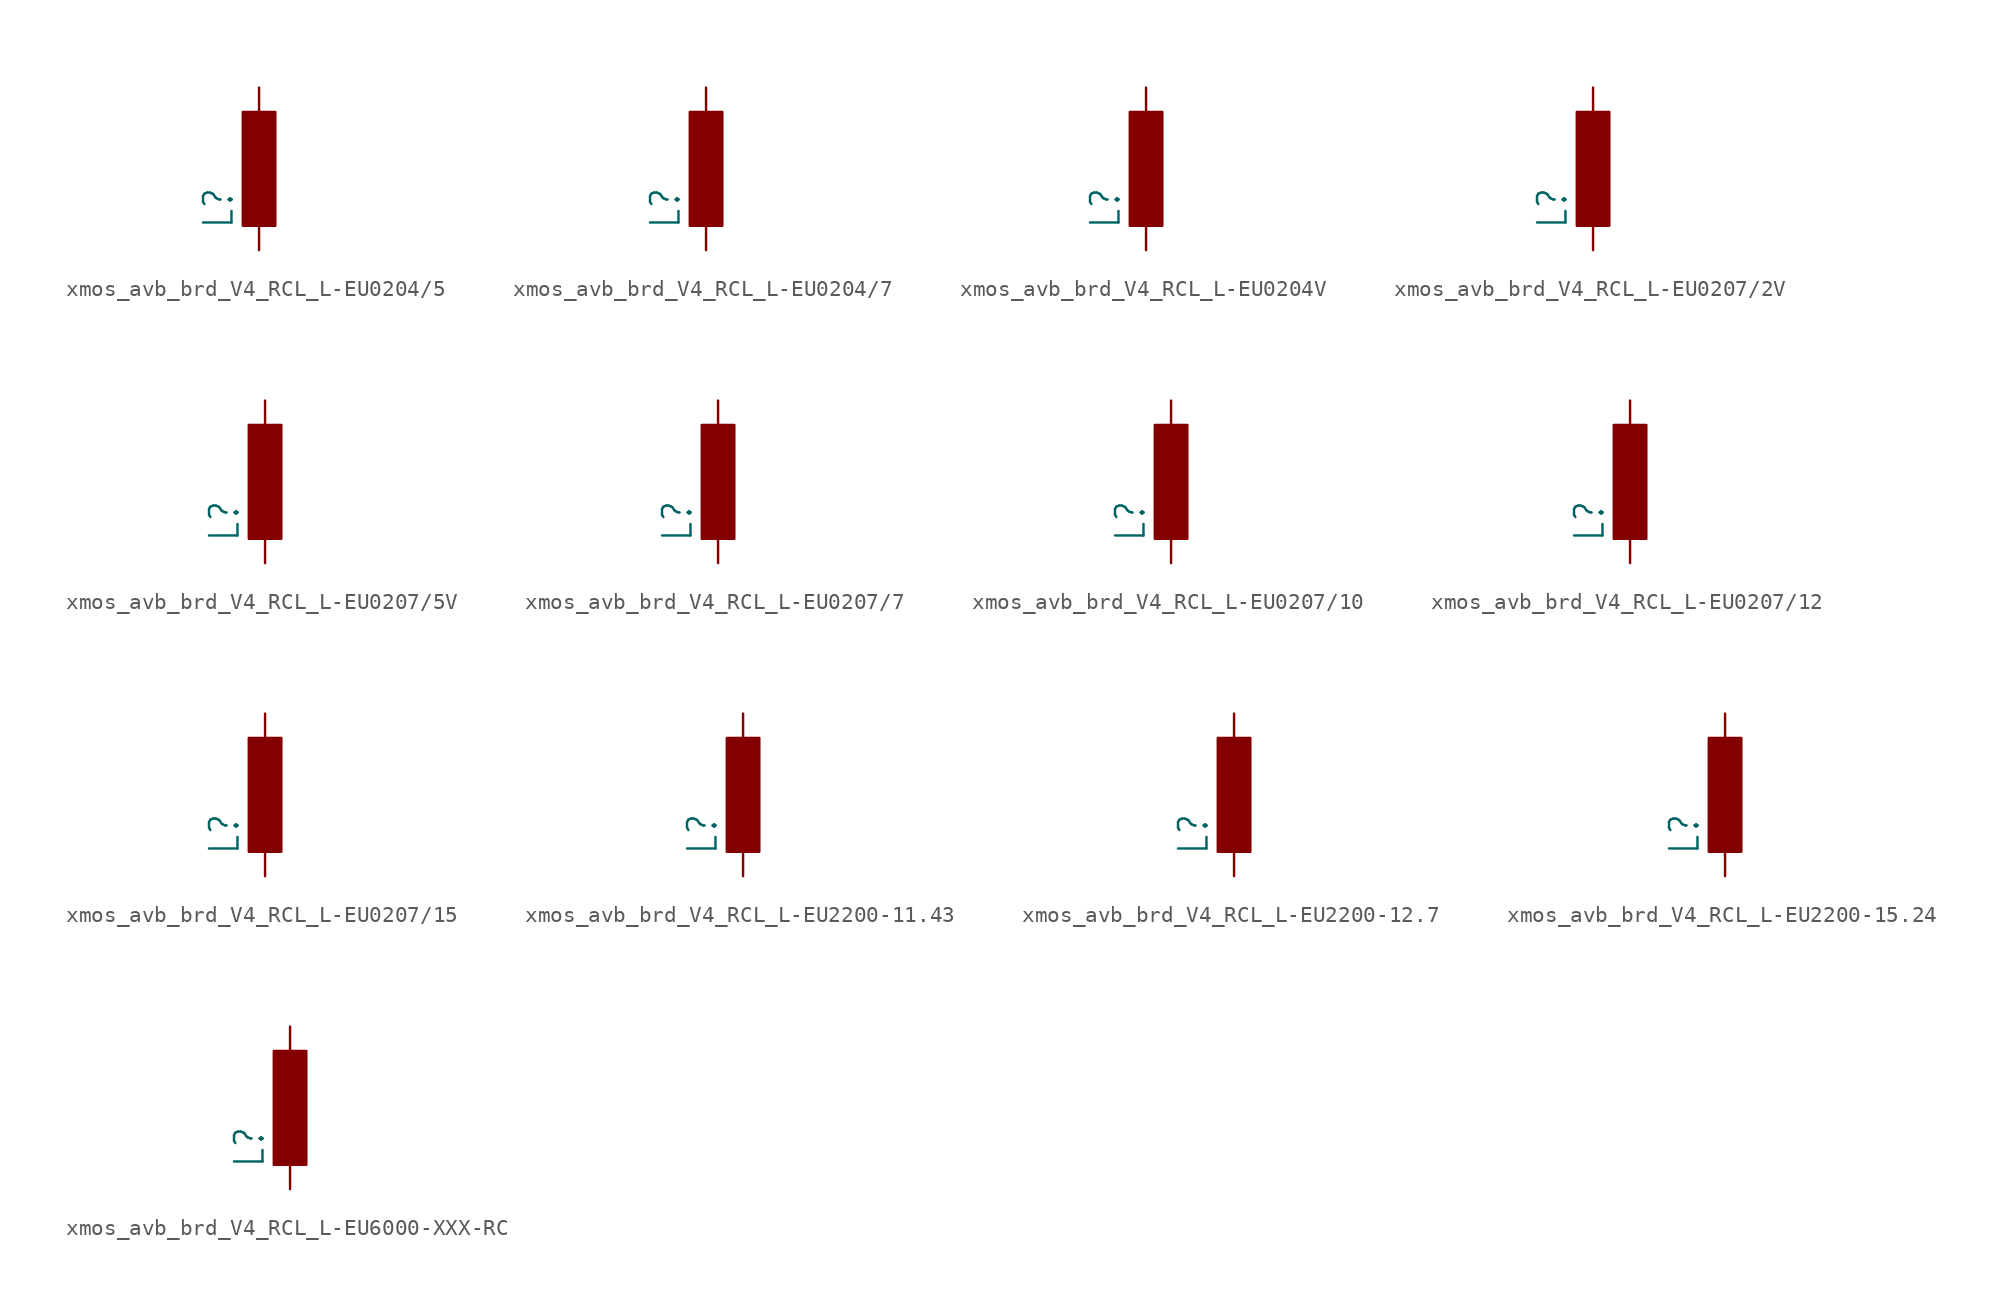
<source format=kicad_sym>
(kicad_symbol_lib
  (version 20241209)
  (generator "kicad_symbol_editor")
  (generator_version "9.0")
  (symbol "xmos_avb_brd_V4_RCL_L-EU0204/5"
    (property "Reference" "L"
      (at -1.499 -3.81 90)
      (effects (font (size 1.778 1.511)) (justify left bottom)))
    (property "Value" ""
      (at 3.302 -3.81 90)
      (effects (font (size 1.778 1.511)) (justify left bottom)))
    (property "ki_locked" ""
      (at 0 0 0)
      (effects (font (size 1.27 1.27))))
    (symbol "xmos_avb_brd_V4_RCL_L-EU0204/5_1_0"
      (rectangle (start -1.016 -3.556) (end 1.016 3.556) (stroke (width 0) (type default)) (fill (type outline)))
      (pin passive line (at 0 5.08 270) (length 2.54) (name "1" (effects (font (size 0 0)))) (number "1" (effects (font (size 0 0)))))
      (pin passive line (at 0 -5.08 90) (length 2.54) (name "2" (effects (font (size 0 0)))) (number "2" (effects (font (size 0 0)))))))
  (symbol "xmos_avb_brd_V4_RCL_L-EU0204/7"
    (property "Reference" "L"
      (at -1.499 -3.81 90)
      (effects (font (size 1.778 1.511)) (justify left bottom)))
    (property "Value" ""
      (at 3.302 -3.81 90)
      (effects (font (size 1.778 1.511)) (justify left bottom)))
    (property "ki_locked" ""
      (at 0 0 0)
      (effects (font (size 1.27 1.27))))
    (symbol "xmos_avb_brd_V4_RCL_L-EU0204/7_1_0"
      (rectangle (start -1.016 -3.556) (end 1.016 3.556) (stroke (width 0) (type default)) (fill (type outline)))
      (pin passive line (at 0 5.08 270) (length 2.54) (name "1" (effects (font (size 0 0)))) (number "1" (effects (font (size 0 0)))))
      (pin passive line (at 0 -5.08 90) (length 2.54) (name "2" (effects (font (size 0 0)))) (number "2" (effects (font (size 0 0)))))))
  (symbol "xmos_avb_brd_V4_RCL_L-EU0204V"
    (property "Reference" "L"
      (at -1.499 -3.81 90)
      (effects (font (size 1.778 1.511)) (justify left bottom)))
    (property "Value" ""
      (at 3.302 -3.81 90)
      (effects (font (size 1.778 1.511)) (justify left bottom)))
    (property "ki_locked" ""
      (at 0 0 0)
      (effects (font (size 1.27 1.27))))
    (symbol "xmos_avb_brd_V4_RCL_L-EU0204V_1_0"
      (rectangle (start -1.016 -3.556) (end 1.016 3.556) (stroke (width 0) (type default)) (fill (type outline)))
      (pin passive line (at 0 5.08 270) (length 2.54) (name "1" (effects (font (size 0 0)))) (number "1" (effects (font (size 0 0)))))
      (pin passive line (at 0 -5.08 90) (length 2.54) (name "2" (effects (font (size 0 0)))) (number "2" (effects (font (size 0 0)))))))
  (symbol "xmos_avb_brd_V4_RCL_L-EU0207/2V"
    (property "Reference" "L"
      (at -1.499 -3.81 90)
      (effects (font (size 1.778 1.511)) (justify left bottom)))
    (property "Value" ""
      (at 3.302 -3.81 90)
      (effects (font (size 1.778 1.511)) (justify left bottom)))
    (property "ki_locked" ""
      (at 0 0 0)
      (effects (font (size 1.27 1.27))))
    (symbol "xmos_avb_brd_V4_RCL_L-EU0207/2V_1_0"
      (rectangle (start -1.016 -3.556) (end 1.016 3.556) (stroke (width 0) (type default)) (fill (type outline)))
      (pin passive line (at 0 5.08 270) (length 2.54) (name "1" (effects (font (size 0 0)))) (number "1" (effects (font (size 0 0)))))
      (pin passive line (at 0 -5.08 90) (length 2.54) (name "2" (effects (font (size 0 0)))) (number "2" (effects (font (size 0 0)))))))
  (symbol "xmos_avb_brd_V4_RCL_L-EU0207/5V"
    (property "Reference" "L"
      (at -1.499 -3.81 90)
      (effects (font (size 1.778 1.511)) (justify left bottom)))
    (property "Value" ""
      (at 3.302 -3.81 90)
      (effects (font (size 1.778 1.511)) (justify left bottom)))
    (property "ki_locked" ""
      (at 0 0 0)
      (effects (font (size 1.27 1.27))))
    (symbol "xmos_avb_brd_V4_RCL_L-EU0207/5V_1_0"
      (rectangle (start -1.016 -3.556) (end 1.016 3.556) (stroke (width 0) (type default)) (fill (type outline)))
      (pin passive line (at 0 5.08 270) (length 2.54) (name "1" (effects (font (size 0 0)))) (number "1" (effects (font (size 0 0)))))
      (pin passive line (at 0 -5.08 90) (length 2.54) (name "2" (effects (font (size 0 0)))) (number "2" (effects (font (size 0 0)))))))
  (symbol "xmos_avb_brd_V4_RCL_L-EU0207/7"
    (property "Reference" "L"
      (at -1.499 -3.81 90)
      (effects (font (size 1.778 1.511)) (justify left bottom)))
    (property "Value" ""
      (at 3.302 -3.81 90)
      (effects (font (size 1.778 1.511)) (justify left bottom)))
    (property "ki_locked" ""
      (at 0 0 0)
      (effects (font (size 1.27 1.27))))
    (symbol "xmos_avb_brd_V4_RCL_L-EU0207/7_1_0"
      (rectangle (start -1.016 -3.556) (end 1.016 3.556) (stroke (width 0) (type default)) (fill (type outline)))
      (pin passive line (at 0 5.08 270) (length 2.54) (name "1" (effects (font (size 0 0)))) (number "1" (effects (font (size 0 0)))))
      (pin passive line (at 0 -5.08 90) (length 2.54) (name "2" (effects (font (size 0 0)))) (number "2" (effects (font (size 0 0)))))))
  (symbol "xmos_avb_brd_V4_RCL_L-EU0207/10"
    (property "Reference" "L"
      (at -1.499 -3.81 90)
      (effects (font (size 1.778 1.511)) (justify left bottom)))
    (property "Value" ""
      (at 3.302 -3.81 90)
      (effects (font (size 1.778 1.511)) (justify left bottom)))
    (property "ki_locked" ""
      (at 0 0 0)
      (effects (font (size 1.27 1.27))))
    (symbol "xmos_avb_brd_V4_RCL_L-EU0207/10_1_0"
      (rectangle (start -1.016 -3.556) (end 1.016 3.556) (stroke (width 0) (type default)) (fill (type outline)))
      (pin passive line (at 0 5.08 270) (length 2.54) (name "1" (effects (font (size 0 0)))) (number "1" (effects (font (size 0 0)))))
      (pin passive line (at 0 -5.08 90) (length 2.54) (name "2" (effects (font (size 0 0)))) (number "2" (effects (font (size 0 0)))))))
  (symbol "xmos_avb_brd_V4_RCL_L-EU0207/12"
    (property "Reference" "L"
      (at -1.499 -3.81 90)
      (effects (font (size 1.778 1.511)) (justify left bottom)))
    (property "Value" ""
      (at 3.302 -3.81 90)
      (effects (font (size 1.778 1.511)) (justify left bottom)))
    (property "ki_locked" ""
      (at 0 0 0)
      (effects (font (size 1.27 1.27))))
    (symbol "xmos_avb_brd_V4_RCL_L-EU0207/12_1_0"
      (rectangle (start -1.016 -3.556) (end 1.016 3.556) (stroke (width 0) (type default)) (fill (type outline)))
      (pin passive line (at 0 5.08 270) (length 2.54) (name "1" (effects (font (size 0 0)))) (number "1" (effects (font (size 0 0)))))
      (pin passive line (at 0 -5.08 90) (length 2.54) (name "2" (effects (font (size 0 0)))) (number "2" (effects (font (size 0 0)))))))
  (symbol "xmos_avb_brd_V4_RCL_L-EU0207/15"
    (property "Reference" "L"
      (at -1.499 -3.81 90)
      (effects (font (size 1.778 1.511)) (justify left bottom)))
    (property "Value" ""
      (at 3.302 -3.81 90)
      (effects (font (size 1.778 1.511)) (justify left bottom)))
    (property "ki_locked" ""
      (at 0 0 0)
      (effects (font (size 1.27 1.27))))
    (symbol "xmos_avb_brd_V4_RCL_L-EU0207/15_1_0"
      (rectangle (start -1.016 -3.556) (end 1.016 3.556) (stroke (width 0) (type default)) (fill (type outline)))
      (pin passive line (at 0 5.08 270) (length 2.54) (name "1" (effects (font (size 0 0)))) (number "1" (effects (font (size 0 0)))))
      (pin passive line (at 0 -5.08 90) (length 2.54) (name "2" (effects (font (size 0 0)))) (number "2" (effects (font (size 0 0)))))))
  (symbol "xmos_avb_brd_V4_RCL_L-EU2200-11.43"
    (property "Reference" "L"
      (at -1.499 -3.81 90)
      (effects (font (size 1.778 1.511)) (justify left bottom)))
    (property "Value" ""
      (at 3.302 -3.81 90)
      (effects (font (size 1.778 1.511)) (justify left bottom)))
    (property "ki_locked" ""
      (at 0 0 0)
      (effects (font (size 1.27 1.27))))
    (symbol "xmos_avb_brd_V4_RCL_L-EU2200-11.43_1_0"
      (rectangle (start -1.016 -3.556) (end 1.016 3.556) (stroke (width 0) (type default)) (fill (type outline)))
      (pin passive line (at 0 5.08 270) (length 2.54) (name "1" (effects (font (size 0 0)))) (number "1" (effects (font (size 0 0)))))
      (pin passive line (at 0 -5.08 90) (length 2.54) (name "2" (effects (font (size 0 0)))) (number "2" (effects (font (size 0 0)))))))
  (symbol "xmos_avb_brd_V4_RCL_L-EU2200-12.7"
    (property "Reference" "L"
      (at -1.499 -3.81 90)
      (effects (font (size 1.778 1.511)) (justify left bottom)))
    (property "Value" ""
      (at 3.302 -3.81 90)
      (effects (font (size 1.778 1.511)) (justify left bottom)))
    (property "ki_locked" ""
      (at 0 0 0)
      (effects (font (size 1.27 1.27))))
    (symbol "xmos_avb_brd_V4_RCL_L-EU2200-12.7_1_0"
      (rectangle (start -1.016 -3.556) (end 1.016 3.556) (stroke (width 0) (type default)) (fill (type outline)))
      (pin passive line (at 0 5.08 270) (length 2.54) (name "1" (effects (font (size 0 0)))) (number "1" (effects (font (size 0 0)))))
      (pin passive line (at 0 -5.08 90) (length 2.54) (name "2" (effects (font (size 0 0)))) (number "2" (effects (font (size 0 0)))))))
  (symbol "xmos_avb_brd_V4_RCL_L-EU2200-15.24"
    (property "Reference" "L"
      (at -1.499 -3.81 90)
      (effects (font (size 1.778 1.511)) (justify left bottom)))
    (property "Value" ""
      (at 3.302 -3.81 90)
      (effects (font (size 1.778 1.511)) (justify left bottom)))
    (property "ki_locked" ""
      (at 0 0 0)
      (effects (font (size 1.27 1.27))))
    (symbol "xmos_avb_brd_V4_RCL_L-EU2200-15.24_1_0"
      (rectangle (start -1.016 -3.556) (end 1.016 3.556) (stroke (width 0) (type default)) (fill (type outline)))
      (pin passive line (at 0 5.08 270) (length 2.54) (name "1" (effects (font (size 0 0)))) (number "1" (effects (font (size 0 0)))))
      (pin passive line (at 0 -5.08 90) (length 2.54) (name "2" (effects (font (size 0 0)))) (number "2" (effects (font (size 0 0)))))))
  (symbol "xmos_avb_brd_V4_RCL_L-EU6000-XXX-RC"
    (property "Reference" "L"
      (at -1.499 -3.81 90)
      (effects (font (size 1.778 1.511)) (justify left bottom)))
    (property "Value" ""
      (at 3.302 -3.81 90)
      (effects (font (size 1.778 1.511)) (justify left bottom)))
    (property "ki_locked" ""
      (at 0 0 0)
      (effects (font (size 1.27 1.27))))
    (symbol "xmos_avb_brd_V4_RCL_L-EU6000-XXX-RC_1_0"
      (rectangle (start -1.016 -3.556) (end 1.016 3.556) (stroke (width 0) (type default)) (fill (type outline)))
      (pin passive line (at 0 5.08 270) (length 2.54) (name "1" (effects (font (size 0 0)))) (number "1" (effects (font (size 0 0)))))
      (pin passive line (at 0 -5.08 90) (length 2.54) (name "2" (effects (font (size 0 0)))) (number "2" (effects (font (size 0 0))))))))
</source>
